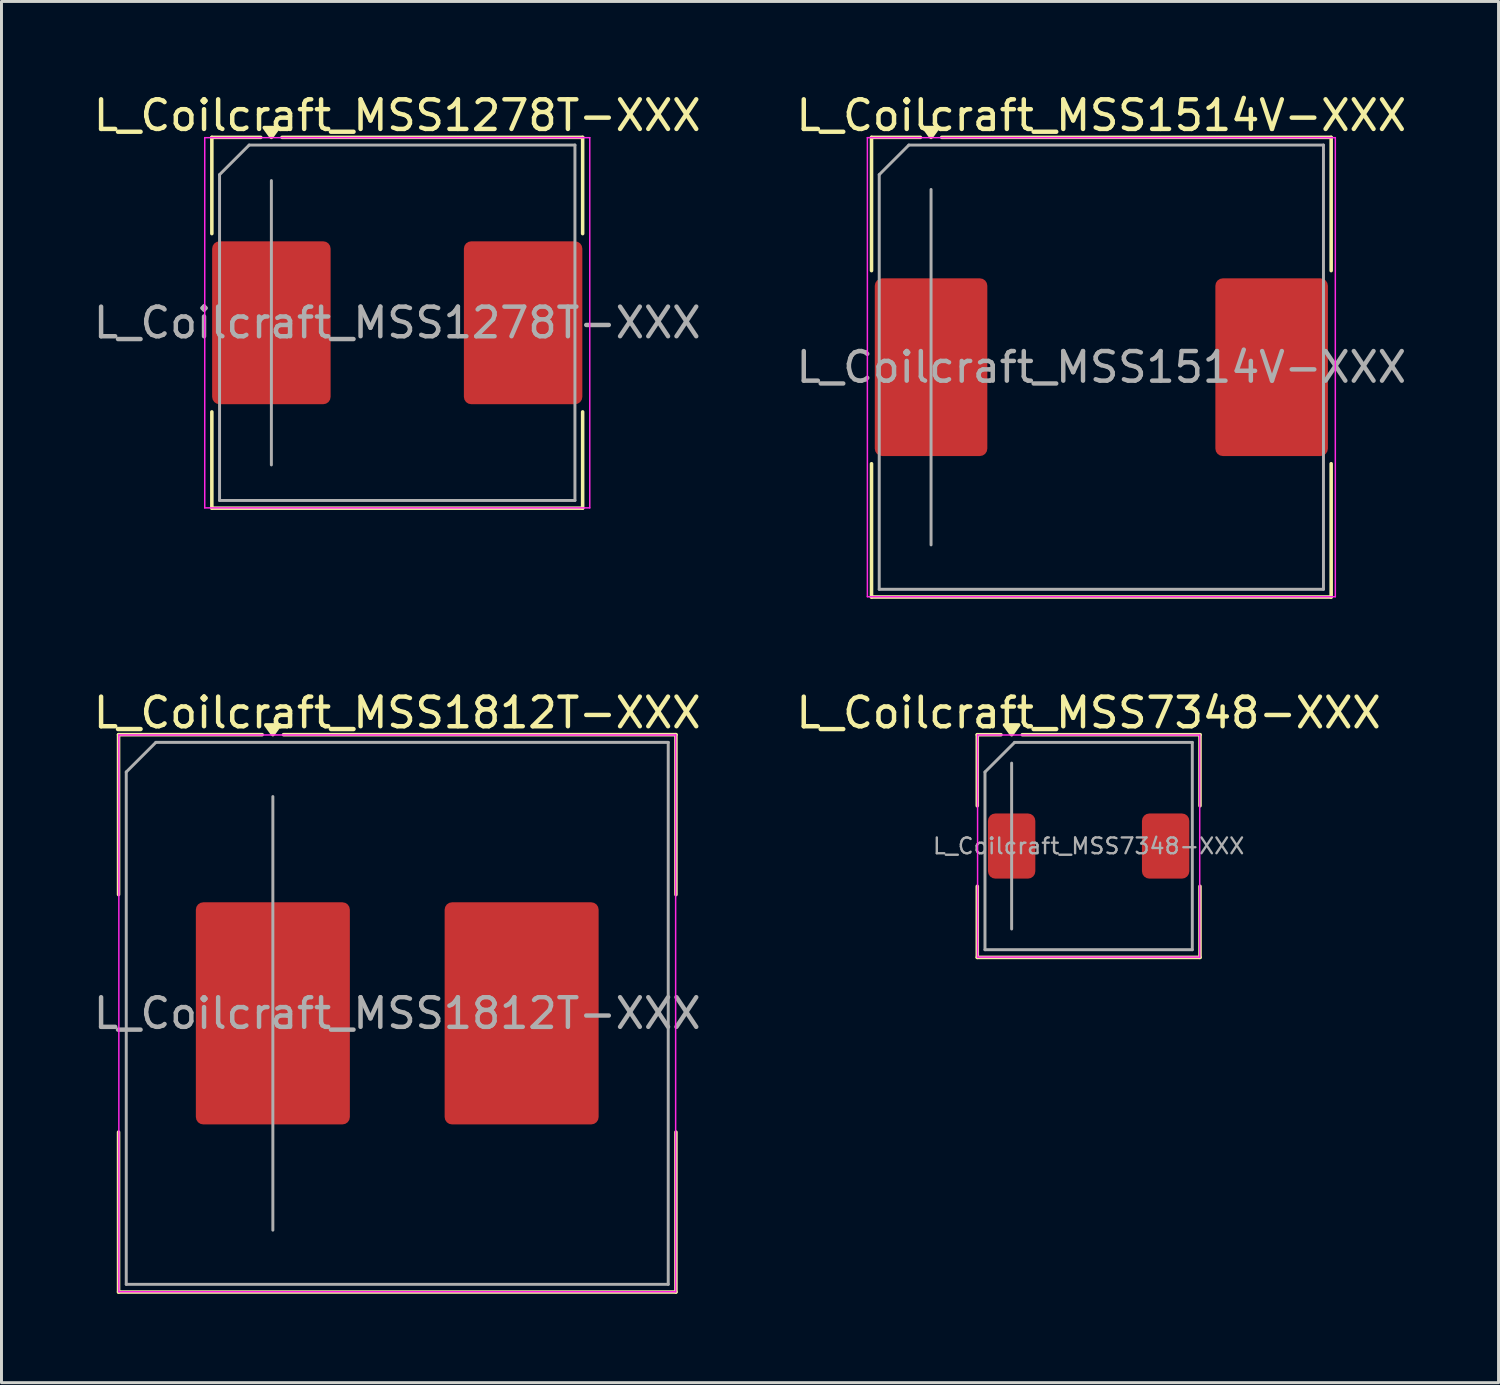
<source format=kicad_pcb>
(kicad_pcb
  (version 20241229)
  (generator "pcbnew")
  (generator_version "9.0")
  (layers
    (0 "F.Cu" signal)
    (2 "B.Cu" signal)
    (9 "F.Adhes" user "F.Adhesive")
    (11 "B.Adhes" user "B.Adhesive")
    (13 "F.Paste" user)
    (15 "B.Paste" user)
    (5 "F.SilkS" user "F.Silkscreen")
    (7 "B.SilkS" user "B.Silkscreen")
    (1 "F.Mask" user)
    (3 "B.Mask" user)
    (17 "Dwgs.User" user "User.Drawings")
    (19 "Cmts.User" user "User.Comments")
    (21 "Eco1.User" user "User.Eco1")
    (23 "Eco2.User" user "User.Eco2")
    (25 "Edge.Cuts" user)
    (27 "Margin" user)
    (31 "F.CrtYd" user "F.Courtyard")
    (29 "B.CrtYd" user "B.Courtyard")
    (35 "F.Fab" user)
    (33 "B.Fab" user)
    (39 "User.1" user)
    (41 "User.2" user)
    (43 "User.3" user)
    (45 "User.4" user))
  (footprint "L_Coilcraft_MSS7348-XXX"
    (layer "F.Cu")
    (at 33.708 25.517)
    (property "Reference" "L_Coilcraft_MSS7348-XXX" (at 0 -4.5 0) (layer "F.SilkS") (effects (font (size 1 1) (thickness 0.15))))
    (attr smd)
    (fp_line (start -3.76 -3.76) (end -3.76 -1.36) (stroke (width 0.12) (type solid)) (layer "F.SilkS"))
    (fp_line (start -3.76 -3.76) (end -2.96 -3.76) (stroke (width 0.12) (type solid)) (layer "F.SilkS"))
    (fp_line (start -3.76 3.76) (end -3.76 1.36) (stroke (width 0.12) (type solid)) (layer "F.SilkS"))
    (fp_line (start -3.76 3.76) (end 3.76 3.76) (stroke (width 0.12) (type solid)) (layer "F.SilkS"))
    (fp_line (start -2.24 -3.76) (end 3.76 -3.76) (stroke (width 0.12) (type solid)) (layer "F.SilkS"))
    (fp_line (start 3.76 -3.76) (end 3.76 -1.36) (stroke (width 0.12) (type solid)) (layer "F.SilkS"))
    (fp_line (start 3.76 3.76) (end 3.76 1.36) (stroke (width 0.12) (type solid)) (layer "F.SilkS"))
    (fp_poly (pts (xy -2.6 -3.76) (xy -2.84 -4.09) (xy -2.36 -4.09)) (stroke (width 0.12) (type solid)) (fill yes) (layer "F.SilkS"))
    (fp_line (start -3.75 -3.75) (end -3.75 3.75) (stroke (width 0.05) (type solid)) (layer "F.CrtYd"))
    (fp_line (start -3.75 3.75) (end 3.75 3.75) (stroke (width 0.05) (type solid)) (layer "F.CrtYd"))
    (fp_line (start 3.75 -3.75) (end -3.75 -3.75) (stroke (width 0.05) (type solid)) (layer "F.CrtYd"))
    (fp_line (start 3.75 3.75) (end 3.75 -3.75) (stroke (width 0.05) (type solid)) (layer "F.CrtYd"))
    (fp_line (start -3.5 -2.5) (end -2.5 -3.5) (stroke (width 0.1) (type solid)) (layer "F.Fab"))
    (fp_line (start -3.5 3.5) (end -3.5 -2.5) (stroke (width 0.1) (type solid)) (layer "F.Fab"))
    (fp_line (start -2.6 2.8) (end -2.6 -2.8) (stroke (width 0.1) (type solid)) (layer "F.Fab"))
    (fp_line (start -2.5 -3.5) (end 3.5 -3.5) (stroke (width 0.1) (type solid)) (layer "F.Fab"))
    (fp_line (start 3.5 -3.5) (end 3.5 3.5) (stroke (width 0.1) (type solid)) (layer "F.Fab"))
    (fp_line (start 3.5 3.5) (end -3.5 3.5) (stroke (width 0.1) (type solid)) (layer "F.Fab"))
    (fp_text user "${REFERENCE}" (at 0 0 0) (layer "F.Fab") (effects (font (size 0.533 0.533) (thickness 0.08))))
    (pad "1" smd roundrect (at -2.6 0) (size 1.6 2.2) (layers "F.Cu" "F.Mask" "F.Paste") (roundrect_rratio 0.156))
    (pad "2" smd roundrect (at 2.6 0) (size 1.6 2.2) (layers "F.Cu" "F.Mask" "F.Paste") (roundrect_rratio 0.156)))
  (footprint "L_Coilcraft_MSS1812T-XXX"
    (layer "F.Cu")
    (at 10.363 31.166)
    (property "Reference" "L_Coilcraft_MSS1812T-XXX" (at 0 -10.15 0) (layer "F.SilkS") (effects (font (size 1 1) (thickness 0.15))))
    (attr smd)
    (fp_line (start -9.41 -9.41) (end -9.41 -4.01) (stroke (width 0.12) (type solid)) (layer "F.SilkS"))
    (fp_line (start -9.41 -9.41) (end -4.56 -9.41) (stroke (width 0.12) (type solid)) (layer "F.SilkS"))
    (fp_line (start -9.41 9.41) (end -9.41 4.01) (stroke (width 0.12) (type solid)) (layer "F.SilkS"))
    (fp_line (start -9.41 9.41) (end 9.41 9.41) (stroke (width 0.12) (type solid)) (layer "F.SilkS"))
    (fp_line (start -3.84 -9.41) (end 9.41 -9.41) (stroke (width 0.12) (type solid)) (layer "F.SilkS"))
    (fp_line (start 9.41 -9.41) (end 9.41 -4.01) (stroke (width 0.12) (type solid)) (layer "F.SilkS"))
    (fp_line (start 9.41 9.41) (end 9.41 4.01) (stroke (width 0.12) (type solid)) (layer "F.SilkS"))
    (fp_poly (pts (xy -4.2 -9.41) (xy -4.44 -9.74) (xy -3.96 -9.74)) (stroke (width 0.12) (type solid)) (fill yes) (layer "F.SilkS"))
    (fp_line (start -9.4 -9.4) (end -9.4 9.4) (stroke (width 0.05) (type solid)) (layer "F.CrtYd"))
    (fp_line (start -9.4 9.4) (end 9.4 9.4) (stroke (width 0.05) (type solid)) (layer "F.CrtYd"))
    (fp_line (start 9.4 -9.4) (end -9.4 -9.4) (stroke (width 0.05) (type solid)) (layer "F.CrtYd"))
    (fp_line (start 9.4 9.4) (end 9.4 -9.4) (stroke (width 0.05) (type solid)) (layer "F.CrtYd"))
    (fp_line (start -9.15 -8.15) (end -8.15 -9.15) (stroke (width 0.1) (type solid)) (layer "F.Fab"))
    (fp_line (start -9.15 9.15) (end -9.15 -8.15) (stroke (width 0.1) (type solid)) (layer "F.Fab"))
    (fp_line (start -8.15 -9.15) (end 9.15 -9.15) (stroke (width 0.1) (type solid)) (layer "F.Fab"))
    (fp_line (start -4.2 7.32) (end -4.2 -7.32) (stroke (width 0.1) (type solid)) (layer "F.Fab"))
    (fp_line (start 9.15 -9.15) (end 9.15 9.15) (stroke (width 0.1) (type solid)) (layer "F.Fab"))
    (fp_line (start 9.15 9.15) (end -9.15 9.15) (stroke (width 0.1) (type solid)) (layer "F.Fab"))
    (fp_text user "${REFERENCE}" (at 0 0 0) (layer "F.Fab") (effects (font (size 1 1) (thickness 0.15))))
    (pad "1" smd roundrect (at -4.2 0) (size 5.2 7.5) (layers "F.Cu" "F.Mask" "F.Paste") (roundrect_rratio 0.048))
    (pad "2" smd roundrect (at 4.2 0) (size 5.2 7.5) (layers "F.Cu" "F.Mask" "F.Paste") (roundrect_rratio 0.048)))
  (footprint "L_Coilcraft_MSS1514V-XXX"
    (layer "F.Cu")
    (at 34.137 9.348)
    (property "Reference" "L_Coilcraft_MSS1514V-XXX" (at 0 -8.5 0) (layer "F.SilkS") (effects (font (size 1 1) (thickness 0.15))))
    (attr smd)
    (fp_line (start -7.76 -7.76) (end -7.76 -3.26) (stroke (width 0.12) (type solid)) (layer "F.SilkS"))
    (fp_line (start -7.76 -7.76) (end -6.11 -7.76) (stroke (width 0.12) (type solid)) (layer "F.SilkS"))
    (fp_line (start -7.76 7.76) (end -7.76 3.26) (stroke (width 0.12) (type solid)) (layer "F.SilkS"))
    (fp_line (start -7.76 7.76) (end 7.76 7.76) (stroke (width 0.12) (type solid)) (layer "F.SilkS"))
    (fp_line (start -5.39 -7.76) (end 7.76 -7.76) (stroke (width 0.12) (type solid)) (layer "F.SilkS"))
    (fp_line (start 7.76 -7.76) (end 7.76 -3.26) (stroke (width 0.12) (type solid)) (layer "F.SilkS"))
    (fp_line (start 7.76 7.76) (end 7.76 3.26) (stroke (width 0.12) (type solid)) (layer "F.SilkS"))
    (fp_poly (pts (xy -5.75 -7.76) (xy -5.99 -8.09) (xy -5.51 -8.09)) (stroke (width 0.12) (type solid)) (fill yes) (layer "F.SilkS"))
    (fp_line (start -7.9 -7.75) (end -7.9 7.75) (stroke (width 0.05) (type solid)) (layer "F.CrtYd"))
    (fp_line (start -7.9 7.75) (end 7.9 7.75) (stroke (width 0.05) (type solid)) (layer "F.CrtYd"))
    (fp_line (start 7.9 -7.75) (end -7.9 -7.75) (stroke (width 0.05) (type solid)) (layer "F.CrtYd"))
    (fp_line (start 7.9 7.75) (end 7.9 -7.75) (stroke (width 0.05) (type solid)) (layer "F.CrtYd"))
    (fp_line (start -7.5 -6.5) (end -6.5 -7.5) (stroke (width 0.1) (type solid)) (layer "F.Fab"))
    (fp_line (start -7.5 7.5) (end -7.5 -6.5) (stroke (width 0.1) (type solid)) (layer "F.Fab"))
    (fp_line (start -6.5 -7.5) (end 7.5 -7.5) (stroke (width 0.1) (type solid)) (layer "F.Fab"))
    (fp_line (start -5.75 6) (end -5.75 -6) (stroke (width 0.1) (type solid)) (layer "F.Fab"))
    (fp_line (start 7.5 -7.5) (end 7.5 7.5) (stroke (width 0.1) (type solid)) (layer "F.Fab"))
    (fp_line (start 7.5 7.5) (end -7.5 7.5) (stroke (width 0.1) (type solid)) (layer "F.Fab"))
    (fp_text user "${REFERENCE}" (at 0 0 0) (layer "F.Fab") (effects (font (size 1 1) (thickness 0.15))))
    (pad "1" smd roundrect (at -5.75 0) (size 3.8 6) (layers "F.Cu" "F.Mask" "F.Paste") (roundrect_rratio 0.066))
    (pad "2" smd roundrect (at 5.75 0) (size 3.8 6) (layers "F.Cu" "F.Mask" "F.Paste") (roundrect_rratio 0.066)))
  (footprint "L_Coilcraft_MSS1278T-XXX"
    (layer "F.Cu")
    (at 10.363 7.848)
    (property "Reference" "L_Coilcraft_MSS1278T-XXX" (at 0 -7 0) (layer "F.SilkS") (effects (font (size 1 1) (thickness 0.15))))
    (attr smd)
    (fp_line (start -6.26 -6.26) (end -6.26 -3.01) (stroke (width 0.12) (type solid)) (layer "F.SilkS"))
    (fp_line (start -6.26 -6.26) (end -4.61 -6.26) (stroke (width 0.12) (type solid)) (layer "F.SilkS"))
    (fp_line (start -6.26 6.26) (end -6.26 3.01) (stroke (width 0.12) (type solid)) (layer "F.SilkS"))
    (fp_line (start -6.26 6.26) (end 6.26 6.26) (stroke (width 0.12) (type solid)) (layer "F.SilkS"))
    (fp_line (start -3.89 -6.26) (end 6.26 -6.26) (stroke (width 0.12) (type solid)) (layer "F.SilkS"))
    (fp_line (start 6.26 -6.26) (end 6.26 -3.01) (stroke (width 0.12) (type solid)) (layer "F.SilkS"))
    (fp_line (start 6.26 6.26) (end 6.26 3.01) (stroke (width 0.12) (type solid)) (layer "F.SilkS"))
    (fp_poly (pts (xy -4.25 -6.26) (xy -4.49 -6.59) (xy -4.01 -6.59)) (stroke (width 0.12) (type solid)) (fill yes) (layer "F.SilkS"))
    (fp_line (start -6.5 -6.25) (end -6.5 6.25) (stroke (width 0.05) (type solid)) (layer "F.CrtYd"))
    (fp_line (start -6.5 6.25) (end 6.5 6.25) (stroke (width 0.05) (type solid)) (layer "F.CrtYd"))
    (fp_line (start 6.5 -6.25) (end -6.5 -6.25) (stroke (width 0.05) (type solid)) (layer "F.CrtYd"))
    (fp_line (start 6.5 6.25) (end 6.5 -6.25) (stroke (width 0.05) (type solid)) (layer "F.CrtYd"))
    (fp_line (start -6 -5) (end -5 -6) (stroke (width 0.1) (type solid)) (layer "F.Fab"))
    (fp_line (start -6 6) (end -6 -5) (stroke (width 0.1) (type solid)) (layer "F.Fab"))
    (fp_line (start -5 -6) (end 6 -6) (stroke (width 0.1) (type solid)) (layer "F.Fab"))
    (fp_line (start -4.25 4.8) (end -4.25 -4.8) (stroke (width 0.1) (type solid)) (layer "F.Fab"))
    (fp_line (start 6 -6) (end 6 6) (stroke (width 0.1) (type solid)) (layer "F.Fab"))
    (fp_line (start 6 6) (end -6 6) (stroke (width 0.1) (type solid)) (layer "F.Fab"))
    (fp_text user "${REFERENCE}" (at 0 0 0) (layer "F.Fab") (effects (font (size 1 1) (thickness 0.15))))
    (pad "1" smd roundrect (at -4.25 0) (size 4 5.5) (layers "F.Cu" "F.Mask" "F.Paste") (roundrect_rratio 0.062))
    (pad "2" smd roundrect (at 4.25 0) (size 4 5.5) (layers "F.Cu" "F.Mask" "F.Paste") (roundrect_rratio 0.062)))
  (gr_rect
    (start -3 -3)
    (end 47.548 43.636)
    (stroke (width 0.1) (type default))
    (fill no)
    (layer "Edge.Cuts")))
</source>
